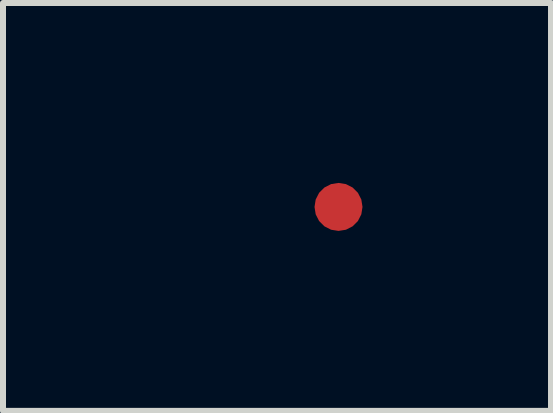
<source format=kicad_pcb>
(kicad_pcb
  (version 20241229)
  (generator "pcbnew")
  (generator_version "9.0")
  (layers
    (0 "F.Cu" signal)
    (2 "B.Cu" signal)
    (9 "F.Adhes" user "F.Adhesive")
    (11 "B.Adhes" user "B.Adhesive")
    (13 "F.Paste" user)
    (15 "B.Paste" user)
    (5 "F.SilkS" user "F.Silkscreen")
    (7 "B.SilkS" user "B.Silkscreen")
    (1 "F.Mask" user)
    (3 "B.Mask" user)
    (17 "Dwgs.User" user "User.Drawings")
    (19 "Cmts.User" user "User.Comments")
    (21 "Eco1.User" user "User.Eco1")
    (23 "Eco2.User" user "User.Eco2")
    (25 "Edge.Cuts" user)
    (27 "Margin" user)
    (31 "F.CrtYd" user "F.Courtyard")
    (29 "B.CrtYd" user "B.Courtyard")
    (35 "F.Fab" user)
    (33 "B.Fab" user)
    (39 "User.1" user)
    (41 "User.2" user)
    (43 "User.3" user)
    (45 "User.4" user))
  (footprint "TP-0.8MM"
    (layer "F.Cu")
    (at 2.594 0.4)
    (property "Reference" "TP-0.8MM" (at 0.543 -0.207 180) (unlocked yes) (layer "User.2") (effects (font (size 0.4 0.4) (thickness 0.05)) (justify left bottom)))
    (pad "1" smd roundrect (at 0 0) (size 0.8 0.8) (layers "F.Cu" "F.Mask" "F.Paste") (roundrect_rratio 0.5)))
  (gr_rect
    (start -3 -3)
    (end 6.137 3.8)
    (stroke (width 0.1) (type default))
    (fill no)
    (layer "Edge.Cuts")))
</source>
